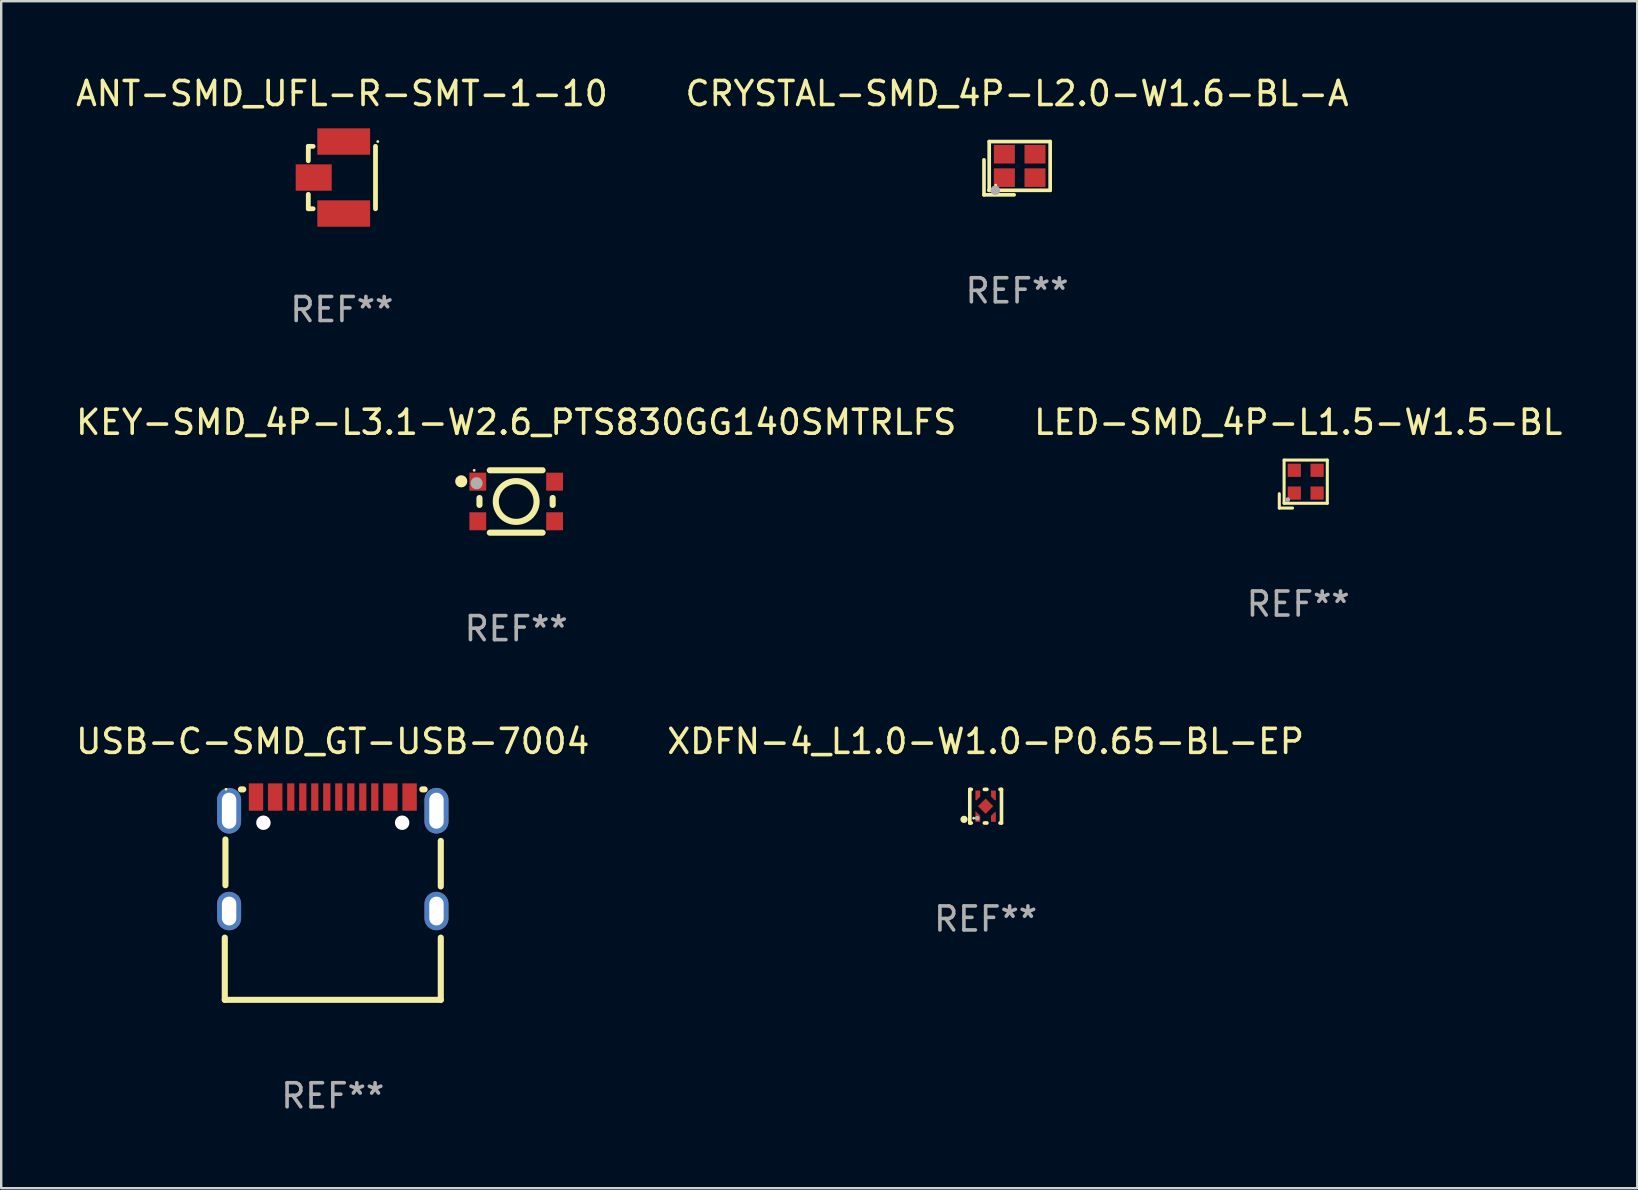
<source format=kicad_pcb>
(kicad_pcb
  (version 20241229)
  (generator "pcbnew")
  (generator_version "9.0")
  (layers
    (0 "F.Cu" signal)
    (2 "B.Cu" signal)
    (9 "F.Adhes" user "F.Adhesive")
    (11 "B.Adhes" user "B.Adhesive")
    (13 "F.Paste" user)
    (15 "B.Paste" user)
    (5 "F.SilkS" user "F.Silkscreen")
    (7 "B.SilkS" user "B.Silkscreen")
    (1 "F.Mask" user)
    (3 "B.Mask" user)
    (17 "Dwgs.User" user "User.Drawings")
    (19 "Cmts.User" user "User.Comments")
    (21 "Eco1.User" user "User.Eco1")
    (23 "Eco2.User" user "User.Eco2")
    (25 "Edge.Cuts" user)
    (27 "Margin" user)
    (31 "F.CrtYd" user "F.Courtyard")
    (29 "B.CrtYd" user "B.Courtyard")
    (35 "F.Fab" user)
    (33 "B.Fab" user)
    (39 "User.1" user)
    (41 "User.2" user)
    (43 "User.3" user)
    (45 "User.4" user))
  (footprint "LED-SMD_4P-L1.5-W1.5-BL"
    (layer "F.Cu")
    (at 51.354 17.02)
    (property "Reference" "LED-SMD_4P-L1.5-W1.5-BL" (at -0.312 -2.475 0) (layer "F.SilkS") (effects (font (size 1 1) (thickness 0.15))))
    (attr smd)
    (fp_line (start -1.1 0.501) (end -1.1 1.1) (stroke (width 0.127) (type solid)) (layer "F.SilkS"))
    (fp_line (start -1.1 1.1) (end -0.549 1.1) (stroke (width 0.127) (type solid)) (layer "F.SilkS"))
    (fp_line (start -0.9 -0.9) (end -0.9 0.9) (stroke (width 0.127) (type solid)) (layer "F.SilkS"))
    (fp_line (start -0.9 0.9) (end 0.9 0.9) (stroke (width 0.127) (type solid)) (layer "F.SilkS"))
    (fp_line (start 0.9 -0.9) (end -0.9 -0.9) (stroke (width 0.127) (type solid)) (layer "F.SilkS"))
    (fp_line (start 0.9 0.9) (end 0.9 -0.9) (stroke (width 0.127) (type solid)) (layer "F.SilkS"))
    (fp_circle (center -0.75 0.75) (end -0.72 0.75) (stroke (width 0.06) (type solid)) (fill no) (layer "F.SilkS"))
    (fp_circle (center -0.75 0.75) (end -0.7 0.75) (stroke (width 0.1) (type solid)) (fill no) (layer "F.Fab"))
    (fp_text user "REF**" (at -0.312 5.1 0) (layer "F.Fab") (effects (font (size 1 1) (thickness 0.15))))
    (pad "1" smd rect (at -0.475 0.475) (size 0.55 0.55) (layers "F.Cu" "F.Mask" "F.Paste"))
    (pad "2" smd rect (at 0.475 0.475) (size 0.55 0.55) (layers "F.Cu" "F.Mask" "F.Paste"))
    (pad "3" smd rect (at 0.475 -0.475) (size 0.55 0.55) (layers "F.Cu" "F.Mask" "F.Paste"))
    (pad "4" smd rect (at -0.475 -0.475) (size 0.55 0.55) (layers "F.Cu" "F.Mask" "F.Paste")))
  (footprint "ANT-SMD_UFL-R-SMT-1-10"
    (layer "F.Cu")
    (at 10.646 4.348)
    (property "Reference" "ANT-SMD_UFL-R-SMT-1-10" (at 0.55 -3.5 0) (layer "F.SilkS") (effects (font (size 1 1) (thickness 0.15))))
    (attr smd)
    (fp_line (start -0.85 1.3) (end -0.85 0.7) (stroke (width 0.2) (type solid)) (layer "F.SilkS"))
    (fp_line (start -0.85 -1.3) (end -0.65 -1.3) (stroke (width 0.2) (type solid)) (layer "F.SilkS"))
    (fp_line (start -0.85 -0.7) (end -0.85 -1.3) (stroke (width 0.2) (type solid)) (layer "F.SilkS"))
    (fp_line (start -0.65 1.3) (end -0.85 1.3) (stroke (width 0.2) (type solid)) (layer "F.SilkS"))
    (fp_line (start 1.95 -1.3) (end 1.95 1.3) (stroke (width 0.2) (type solid)) (layer "F.SilkS"))
    (fp_circle (center 2.044 -1.5) (end 2.074 -1.5) (stroke (width 0.06) (type solid)) (fill no) (layer "F.SilkS"))
    (fp_text user "REF**" (at 0.55 5.5 0) (layer "F.Fab") (effects (font (size 1 1) (thickness 0.15))))
    (pad "1" smd rect (at 0.625 -1.5 270) (size 1.1 2.2) (layers "F.Cu" "F.Mask" "F.Paste"))
    (pad "2" smd rect (at -0.625 -0.001) (size 1.5 1.1) (layers "F.Cu" "F.Mask" "F.Paste"))
    (pad "3" smd rect (at 0.625 1.5 270) (size 1.1 2.2) (layers "F.Cu" "F.Mask" "F.Paste")))
  (footprint "KEY-SMD_4P-L3.1-W2.6_PTS830GG140SMTRLFS"
    (layer "F.Cu")
    (at 18.458 17.845)
    (property "Reference" "KEY-SMD_4P-L3.1-W2.6_PTS830GG140SMTRLFS" (at -0.000051 -3.3 0) (layer "F.SilkS") (effects (font (size 1 1) (thickness 0.15))))
    (attr smd)
    (fp_line (start -1.53 -0.144) (end -1.53 0.144) (stroke (width 0.254) (type solid)) (layer "F.SilkS"))
    (fp_line (start -1.1 -1.3) (end 1.1 -1.3) (stroke (width 0.254) (type solid)) (layer "F.SilkS"))
    (fp_line (start 1.1 1.3) (end -1.1 1.3) (stroke (width 0.254) (type solid)) (layer "F.SilkS"))
    (fp_line (start 1.52 -0.144) (end 1.52 0.144) (stroke (width 0.254) (type solid)) (layer "F.SilkS"))
    (fp_circle (center -2.29 -0.84) (end -2.163 -0.84) (stroke (width 0.254) (type solid)) (fill no) (layer "F.SilkS"))
    (fp_circle (center -1.75 -1.3) (end -1.72 -1.3) (stroke (width 0.06) (type solid)) (fill no) (layer "F.SilkS"))
    (fp_circle (center -0.000051 0.000051) (end 0.85 0.000051) (stroke (width 0.254) (type solid)) (fill no) (layer "F.SilkS"))
    (fp_circle (center -1.65 -0.76) (end -1.523 -0.76) (stroke (width 0.254) (type solid)) (fill no) (layer "F.Fab"))
    (fp_text user "REF**" (at -0.000051 5.3 0) (layer "F.Fab") (effects (font (size 1 1) (thickness 0.15))))
    (pad "1" smd rect (at -1.6 -0.825) (size 0.7 0.75) (layers "F.Cu" "F.Mask" "F.Paste"))
    (pad "2" smd rect (at 1.6 -0.825) (size 0.7 0.75) (layers "F.Cu" "F.Mask" "F.Paste"))
    (pad "3" smd rect (at -1.6 0.825) (size 0.7 0.75) (layers "F.Cu" "F.Mask" "F.Paste"))
    (pad "4" smd rect (at 1.6 0.825) (size 0.7 0.75) (layers "F.Cu" "F.Mask" "F.Paste")))
  (footprint "USB-C-SMD_GT-USB-7004"
    (layer "F.Cu")
    (at 10.816 32.535)
    (property "Reference" "USB-C-SMD_GT-USB-7004" (at -0.000102 -4.694 0) (layer "F.SilkS") (effects (font (size 1 1) (thickness 0.15))))
    (attr through_hole)
    (fp_line (start -4.5 6.075) (end -4.5 3.483) (stroke (width 0.254) (type solid)) (layer "F.SilkS"))
    (fp_line (start -4.473 1.299) (end -4.473 -0.607) (stroke (width 0.254) (type solid)) (layer "F.SilkS"))
    (fp_line (start -3.731 -2.694) (end -3.827 -2.694) (stroke (width 0.254) (type solid)) (layer "F.SilkS"))
    (fp_line (start 3.827 -2.694) (end 3.731 -2.694) (stroke (width 0.254) (type solid)) (layer "F.SilkS"))
    (fp_line (start 4.5 1.349) (end 4.5 -0.547) (stroke (width 0.254) (type solid)) (layer "F.SilkS"))
    (fp_line (start 4.5 6.075) (end -4.5 6.075) (stroke (width 0.254) (type solid)) (layer "F.SilkS"))
    (fp_line (start 4.5 6.075) (end 4.5 3.483) (stroke (width 0.254) (type solid)) (layer "F.SilkS"))
    (fp_circle (center -4.45 -2.7) (end -4.42 -2.7) (stroke (width 0.06) (type solid)) (fill no) (layer "F.SilkS"))
    (fp_circle (center -2.89 -1.305) (end -2.765 -1.305) (stroke (width 0.25) (type solid)) (fill no) (layer "F.Fab"))
    (fp_circle (center 2.89 -1.305) (end 3.015 -1.305) (stroke (width 0.25) (type solid)) (fill no) (layer "F.Fab"))
    (fp_text user "REF**" (at -0.000102 10.075 0) (layer "F.Fab") (effects (font (size 1 1) (thickness 0.15))))
    (pad "" np_thru_hole circle (at -2.89 -1.305) (size 0.6 0.6) (drill 0.6) (layers "*.Cu" "*.Mask"))
    (pad "" np_thru_hole circle (at 2.89 -1.305) (size 0.6 0.6) (drill 0.6) (layers "*.Cu" "*.Mask"))
    (pad "1" thru_hole oval (at -4.32 -1.805) (size 1 1.9) (drill oval 0.6 1.5) (layers "*.Cu" "*.Mask"))
    (pad "2" thru_hole oval (at 4.32 -1.805) (size 1 1.9) (drill oval 0.6 1.5) (layers "*.Cu" "*.Mask"))
    (pad "3" thru_hole oval (at 4.32 2.375) (size 1 1.6) (drill oval 0.6 1.2) (layers "*.Cu" "*.Mask"))
    (pad "4" thru_hole oval (at -4.32 2.375) (size 1 1.6) (drill oval 0.6 1.2) (layers "*.Cu" "*.Mask"))
    (pad "A1B12" smd rect (at -3.2 -2.375) (size 0.6 1.14) (layers "F.Cu" "F.Mask" "F.Paste"))
    (pad "A4B9" smd rect (at -2.4 -2.375) (size 0.6 1.14) (layers "F.Cu" "F.Mask" "F.Paste"))
    (pad "A5" smd rect (at -1.25 -2.375) (size 0.3 1.14) (layers "F.Cu" "F.Mask" "F.Paste"))
    (pad "A6" smd rect (at -0.25 -2.375) (size 0.3 1.14) (layers "F.Cu" "F.Mask" "F.Paste"))
    (pad "A7" smd rect (at 0.25 -2.375) (size 0.3 1.14) (layers "F.Cu" "F.Mask" "F.Paste"))
    (pad "A8" smd rect (at 1.25 -2.375) (size 0.3 1.14) (layers "F.Cu" "F.Mask" "F.Paste"))
    (pad "B1A12" smd rect (at 3.2 -2.375) (size 0.6 1.14) (layers "F.Cu" "F.Mask" "F.Paste"))
    (pad "B4A9" smd rect (at 2.4 -2.375) (size 0.6 1.14) (layers "F.Cu" "F.Mask" "F.Paste"))
    (pad "B5" smd rect (at 1.75 -2.375) (size 0.3 1.14) (layers "F.Cu" "F.Mask" "F.Paste"))
    (pad "B6" smd rect (at 0.75 -2.375) (size 0.3 1.14) (layers "F.Cu" "F.Mask" "F.Paste"))
    (pad "B7" smd rect (at -0.75 -2.375) (size 0.3 1.14) (layers "F.Cu" "F.Mask" "F.Paste"))
    (pad "B8" smd rect (at -1.75 -2.375) (size 0.3 1.14) (layers "F.Cu" "F.Mask" "F.Paste")))
  (footprint "CRYSTAL-SMD_4P-L2.0-W1.6-BL-A"
    (layer "F.Cu")
    (at 39.437 3.864)
    (property "Reference" "CRYSTAL-SMD_4P-L2.0-W1.6-BL-A" (at -0.109 -3.016 0) (layer "F.SilkS") (effects (font (size 1 1) (thickness 0.15))))
    (attr smd)
    (fp_line (start -1.488 -0.254) (end -1.488 1.204) (stroke (width 0.152) (type solid)) (layer "F.SilkS"))
    (fp_line (start -1.488 1.204) (end -0.231 1.204) (stroke (width 0.152) (type solid)) (layer "F.SilkS"))
    (fp_line (start -1.27 -1.016) (end 1.27 -1.016) (stroke (width 0.152) (type solid)) (layer "F.SilkS"))
    (fp_line (start -1.27 1.016) (end -1.27 -1.016) (stroke (width 0.152) (type solid)) (layer "F.SilkS"))
    (fp_line (start -1.27 1.016) (end -1.27 1.016) (stroke (width 0.152) (type solid)) (layer "F.SilkS"))
    (fp_line (start -1.27 1.016) (end -1.27 1.016) (stroke (width 0.152) (type solid)) (layer "F.SilkS"))
    (fp_line (start 1.27 -1.016) (end 1.27 1.016) (stroke (width 0.152) (type solid)) (layer "F.SilkS"))
    (fp_line (start 1.27 1.016) (end -1.27 1.016) (stroke (width 0.152) (type solid)) (layer "F.SilkS"))
    (fp_circle (center -1 0.8) (end -0.97 0.8) (stroke (width 0.06) (type solid)) (fill no) (layer "F.SilkS"))
    (fp_circle (center -1.016 1.016) (end -0.916 1.016) (stroke (width 0.2) (type solid)) (fill no) (layer "F.Fab"))
    (fp_text user "REF**" (at -0.109 5.204 0) (layer "F.Fab") (effects (font (size 1 1) (thickness 0.15))))
    (pad "1" smd rect (at -0.638 0.488) (size 0.875 0.775) (layers "F.Cu" "F.Mask" "F.Paste"))
    (pad "2" smd rect (at 0.638 0.488) (size 0.875 0.775) (layers "F.Cu" "F.Mask" "F.Paste"))
    (pad "3" smd rect (at 0.638 -0.488) (size 0.875 0.775) (layers "F.Cu" "F.Mask" "F.Paste"))
    (pad "4" smd rect (at -0.638 -0.488) (size 0.875 0.775) (layers "F.Cu" "F.Mask" "F.Paste")))
  (footprint "XDFN-4_L1.0-W1.0-P0.65-BL-EP"
    (layer "F.Cu")
    (at 38.018 30.541)
    (property "Reference" "XDFN-4_L1.0-W1.0-P0.65-BL-EP" (at 0.000127 -2.7 0) (layer "F.SilkS") (effects (font (size 1 1) (thickness 0.15))))
    (attr smd)
    (fp_line (start -0.66 -0.7) (end -0.66 0.7) (stroke (width 0.15) (type solid)) (layer "F.SilkS"))
    (fp_line (start -0.66 -0.7) (end -0.598 -0.7) (stroke (width 0.152) (type solid)) (layer "F.SilkS"))
    (fp_line (start -0.66 0.7) (end -0.598 0.7) (stroke (width 0.152) (type solid)) (layer "F.SilkS"))
    (fp_line (start -0.052 0.7) (end 0.052 0.7) (stroke (width 0.152) (type solid)) (layer "F.SilkS"))
    (fp_line (start -0.052 -0.7) (end 0.052 -0.7) (stroke (width 0.152) (type solid)) (layer "F.SilkS"))
    (fp_line (start 0.598 0.7) (end 0.66 0.7) (stroke (width 0.152) (type solid)) (layer "F.SilkS"))
    (fp_line (start 0.598 -0.7) (end 0.66 -0.7) (stroke (width 0.152) (type solid)) (layer "F.SilkS"))
    (fp_line (start 0.66 -0.7) (end 0.66 0.7) (stroke (width 0.15) (type solid)) (layer "F.SilkS"))
    (fp_circle (center -0.9 0.55) (end -0.824 0.55) (stroke (width 0.152) (type solid)) (fill no) (layer "F.SilkS"))
    (fp_circle (center -0.5 0.5) (end -0.47 0.5) (stroke (width 0.06) (type solid)) (fill no) (layer "F.SilkS"))
    (fp_circle (center -0.35 0.5) (end -0.3 0.5) (stroke (width 0.1) (type solid)) (fill no) (layer "F.Fab"))
    (fp_text user "REF**" (at 0.000127 4.7 0) (layer "F.Fab") (effects (font (size 1 1) (thickness 0.15))))
    (pad "1" smd custom (at -0.325 0.475) (size 0.1 0.1) (layers "F.Cu" "F.Mask" "F.Paste") (options (anchor circle)) (primitives (gr_poly (pts (xy 0.1 -0.075) (xy 0.1 0.175) (xy -0.1 0.175) (xy -0.1 -0.275) (xy -0.05 -0.225) (xy 0.1 -0.075)) (width 0) (fill yes))))
    (pad "2" smd custom (at 0.325 0.475) (size 0.1 0.1) (layers "F.Cu" "F.Mask" "F.Paste") (options (anchor circle)) (primitives (gr_poly (pts (xy 0.1 0.175) (xy -0.1 0.175) (xy -0.1 -0.075) (xy 0.05 -0.225) (xy 0.1 -0.225)) (width 0) (fill yes))))
    (pad "3" smd custom (at 0.325 -0.475) (size 0.1 0.1) (layers "F.Cu" "F.Mask" "F.Paste") (options (anchor circle)) (primitives (gr_poly (pts (xy 0.1 -0.175) (xy -0.1 -0.175) (xy -0.1 0.075) (xy 0.05 0.225) (xy 0.1 0.225)) (width 0) (fill yes))))
    (pad "4" smd custom (at -0.325 -0.475) (size 0.1 0.1) (layers "F.Cu" "F.Mask" "F.Paste") (options (anchor circle)) (primitives (gr_poly (pts (xy -0.1 -0.175) (xy 0.1 -0.175) (xy 0.1 0.075) (xy -0.05 0.225) (xy -0.1 0.225)) (width 0) (fill yes))))
    (pad "5" smd rect (at 0 0 45) (size 0.45 0.45) (layers "F.Cu" "F.Mask" "F.Paste")))
  (gr_rect
    (start -3 -3)
    (end 65.167 46.459)
    (stroke (width 0.1) (type default))
    (fill no)
    (layer "Edge.Cuts")))
</source>
